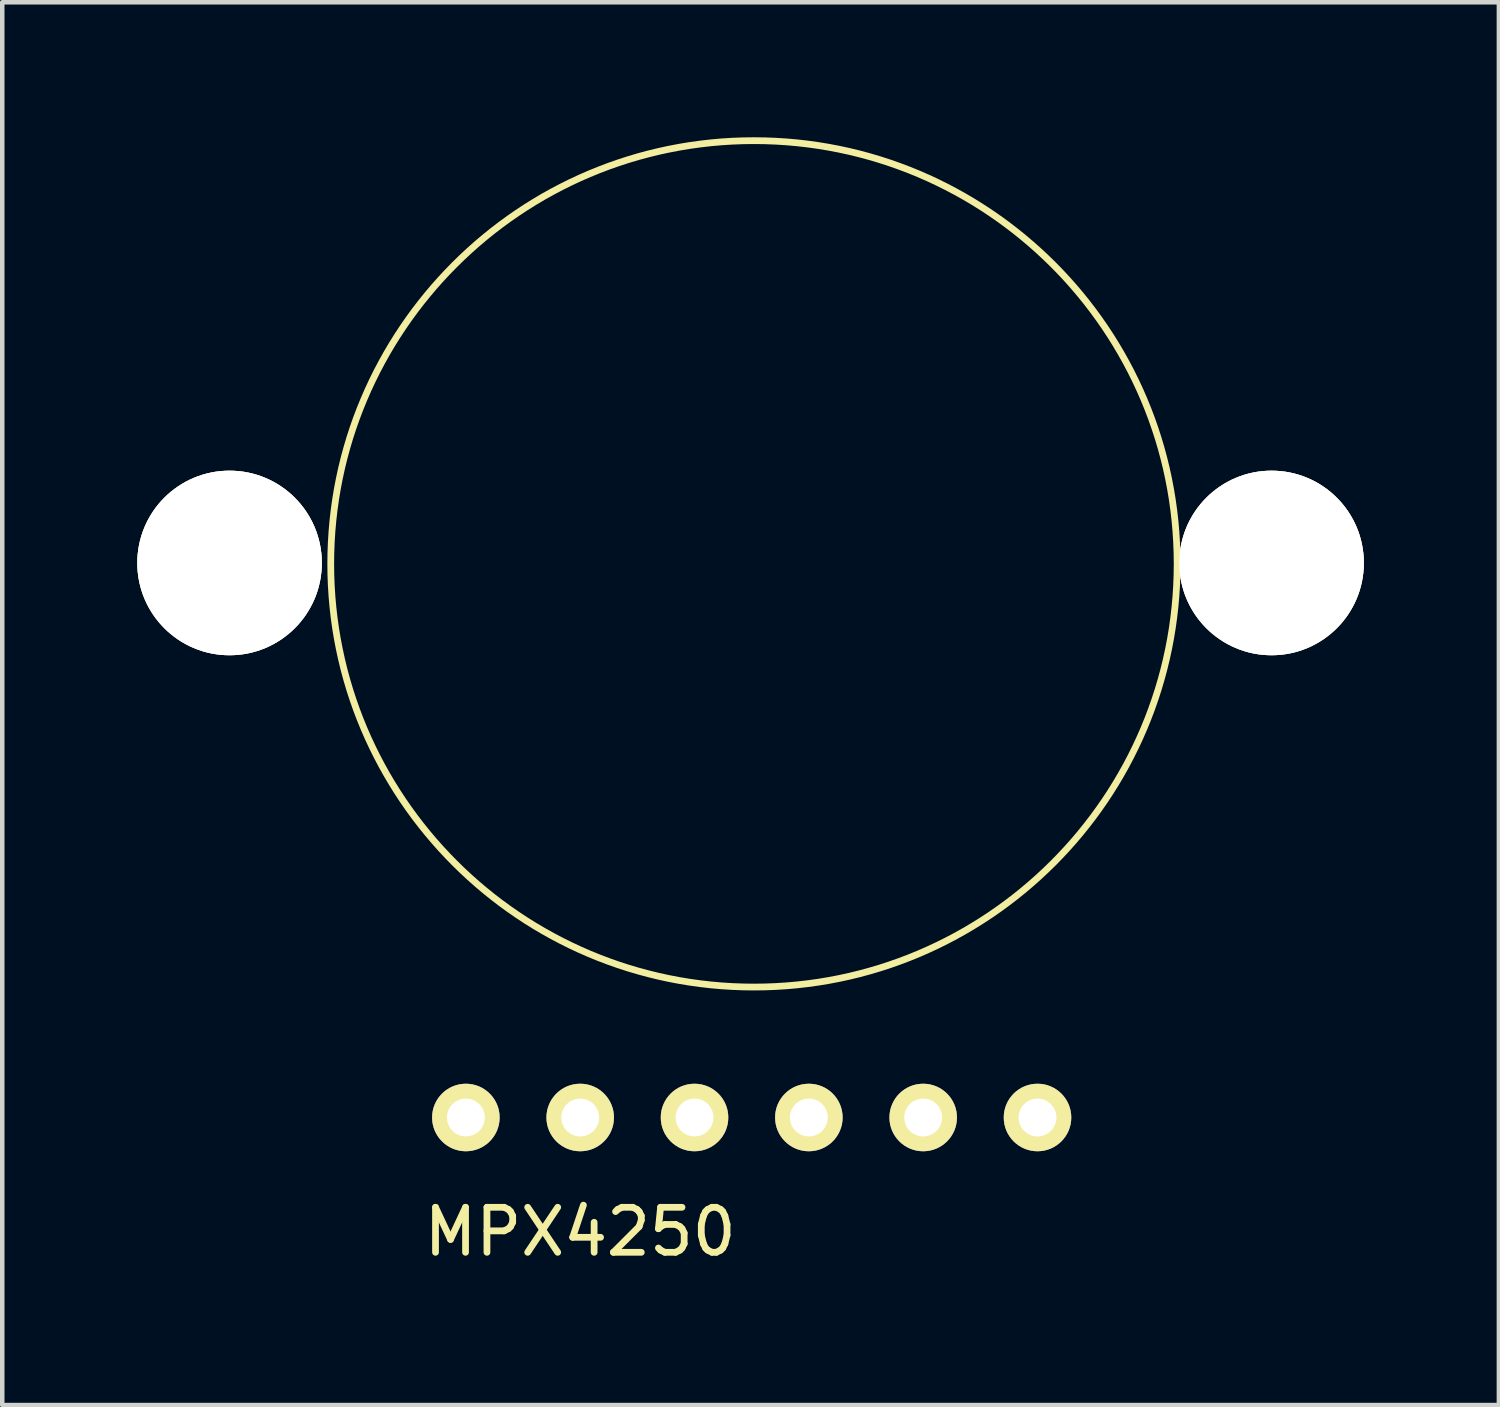
<source format=kicad_pcb>
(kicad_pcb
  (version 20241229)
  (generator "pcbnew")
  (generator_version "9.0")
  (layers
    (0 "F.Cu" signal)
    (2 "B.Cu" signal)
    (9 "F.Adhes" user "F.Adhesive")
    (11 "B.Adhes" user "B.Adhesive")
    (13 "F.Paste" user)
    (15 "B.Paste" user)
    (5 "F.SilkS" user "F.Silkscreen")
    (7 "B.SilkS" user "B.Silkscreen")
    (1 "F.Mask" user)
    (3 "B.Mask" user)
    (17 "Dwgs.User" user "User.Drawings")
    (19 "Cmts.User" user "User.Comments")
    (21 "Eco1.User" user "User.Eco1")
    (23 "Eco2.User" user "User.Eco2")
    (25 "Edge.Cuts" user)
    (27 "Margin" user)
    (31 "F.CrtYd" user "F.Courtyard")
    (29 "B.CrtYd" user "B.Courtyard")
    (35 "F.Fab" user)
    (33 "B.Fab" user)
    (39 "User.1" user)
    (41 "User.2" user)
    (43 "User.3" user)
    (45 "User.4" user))
  (footprint "MPX4250"
    (layer "F.Cu")
    (at 7.3 21.777)
    (property "Reference" "MPX4250" (at 2.54 2.54 0) (layer "F.SilkS") (effects (font (size 1 1) (thickness 0.15))))
    (attr through_hole)
    (fp_circle (center 6.4 -12.3) (end 10.2 -3.7) (stroke (width 0.15) (type solid)) (fill no) (layer "F.SilkS"))
    (pad "1" thru_hole circle (at 0 0) (size 1.5 1.5) (drill 0.84) (layers "*.Cu" "*.Mask" "F.SilkS"))
    (pad "2" thru_hole circle (at 2.54 0) (size 1.5 1.5) (drill 0.84) (layers "*.Cu" "*.Mask" "F.SilkS"))
    (pad "3" thru_hole circle (at 5.08 0) (size 1.5 1.5) (drill 0.84) (layers "*.Cu" "*.Mask" "F.SilkS"))
    (pad "4" thru_hole circle (at 7.62 0) (size 1.5 1.5) (drill 0.84) (layers "*.Cu" "*.Mask" "F.SilkS"))
    (pad "5" thru_hole circle (at 10.16 0) (size 1.5 1.5) (drill 0.84) (layers "*.Cu" "*.Mask" "F.SilkS"))
    (pad "6" thru_hole circle (at 12.7 0) (size 1.5 1.5) (drill 0.84) (layers "*.Cu" "*.Mask" "F.SilkS"))
    (pad "~" thru_hole circle (at -5.25 -12.32) (size 4.1 4.1) (drill 4.1) (layers "*.Cu" "*.Mask" "F.SilkS"))
    (pad "~" thru_hole circle (at 17.9 -12.32) (size 4.1 4.1) (drill 4.1) (layers "*.Cu" "*.Mask" "F.SilkS")))
  (gr_rect
    (start -3 -3)
    (end 30.25 28.165)
    (stroke (width 0.1) (type default))
    (fill no)
    (layer "Edge.Cuts")))
</source>
